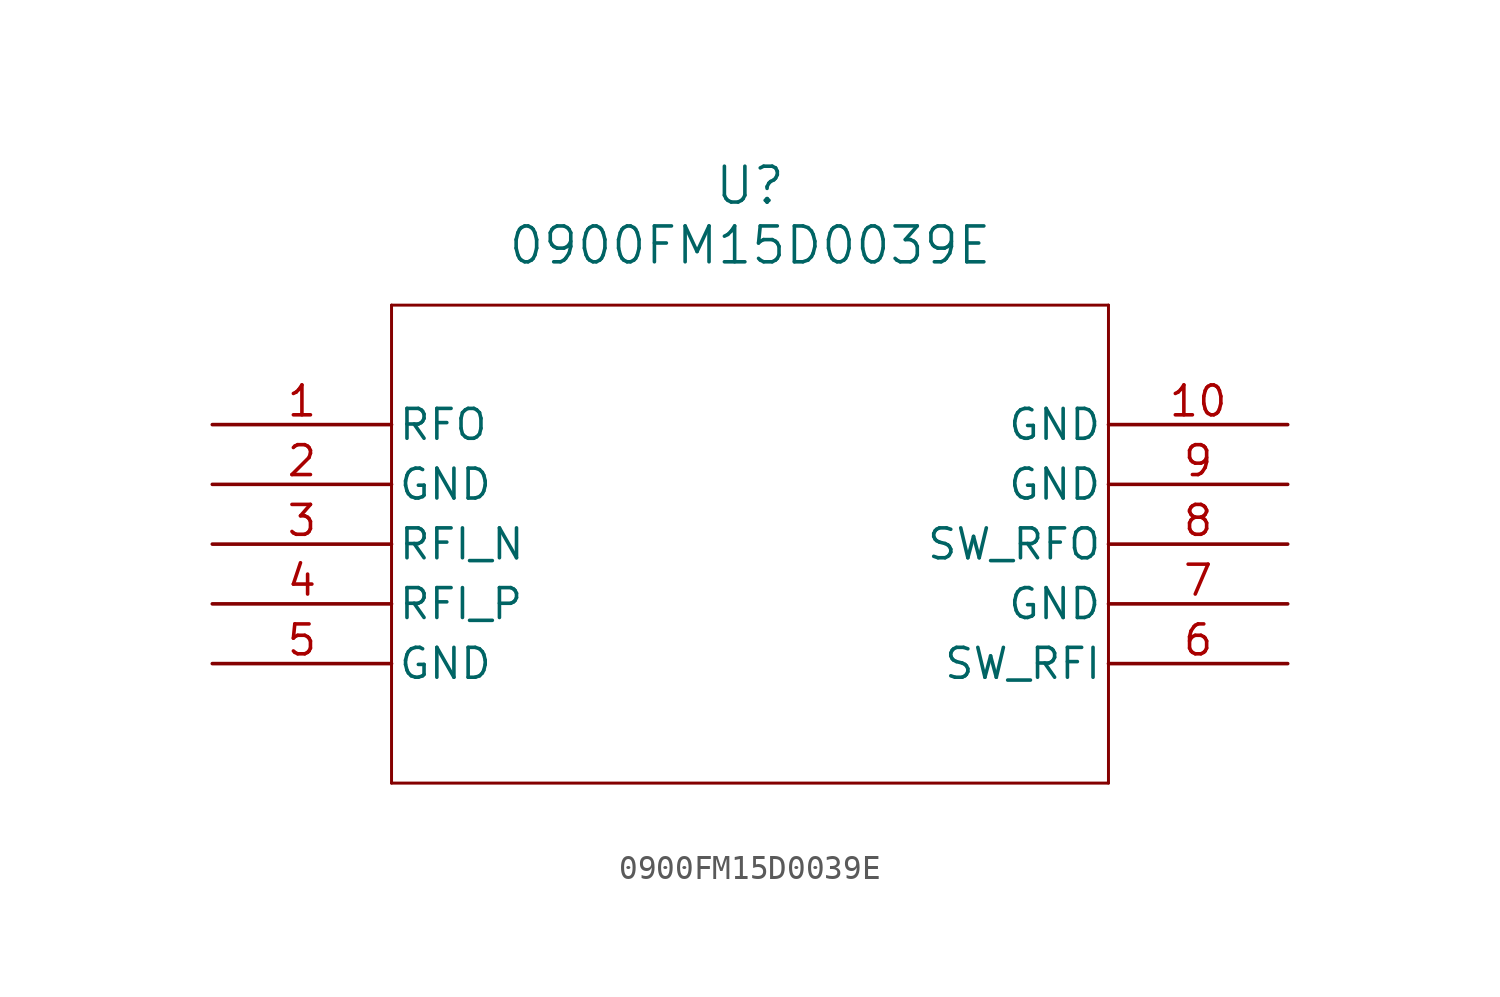
<source format=kicad_sym>
(kicad_symbol_lib
  (version 20211014)
  (generator kicad_symbol_editor)
  (symbol "0900FM15D0039E"
    (pin_names
      (offset 0.254))
    (property "Reference" "U"
      (at 22.86 10.16 0)
      (effects (font (size 1.524 1.524))))
    (property "Value" "0900FM15D0039E"
      (at 22.86 7.62 0)
      (effects (font (size 1.524 1.524))))
    (polyline
      (pts (xy 7.62 5.08) (xy 7.62 -15.24))
      (stroke (width 0.127) (type default) (color 0 0 0 0))
      (fill (type none)))
    (polyline
      (pts (xy 7.62 -15.24) (xy 38.1 -15.24))
      (stroke (width 0.127) (type default) (color 0 0 0 0))
      (fill (type none)))
    (polyline
      (pts (xy 38.1 -15.24) (xy 38.1 5.08))
      (stroke (width 0.127) (type default) (color 0 0 0 0))
      (fill (type none)))
    (polyline
      (pts (xy 38.1 5.08) (xy 7.62 5.08))
      (stroke (width 0.127) (type default) (color 0 0 0 0))
      (fill (type none)))
    (pin unspecified line
      (at 0 0 0)
      (length 7.62)
      (name "RFO" (effects (font (size 1.27 1.27))))
      (number "1" (effects (font (size 1.27 1.27)))))
    (pin unspecified line
      (at 0 -2.54 0)
      (length 7.62)
      (name "GND" (effects (font (size 1.27 1.27))))
      (number "2" (effects (font (size 1.27 1.27)))))
    (pin unspecified line
      (at 0 -5.08 0)
      (length 7.62)
      (name "RFI_N" (effects (font (size 1.27 1.27))))
      (number "3" (effects (font (size 1.27 1.27)))))
    (pin unspecified line
      (at 0 -7.62 0)
      (length 7.62)
      (name "RFI_P" (effects (font (size 1.27 1.27))))
      (number "4" (effects (font (size 1.27 1.27)))))
    (pin unspecified line
      (at 0 -10.16 0)
      (length 7.62)
      (name "GND" (effects (font (size 1.27 1.27))))
      (number "5" (effects (font (size 1.27 1.27)))))
    (pin unspecified line
      (at 45.72 -10.16 180)
      (length 7.62)
      (name "SW_RFI" (effects (font (size 1.27 1.27))))
      (number "6" (effects (font (size 1.27 1.27)))))
    (pin unspecified line
      (at 45.72 -7.62 180)
      (length 7.62)
      (name "GND" (effects (font (size 1.27 1.27))))
      (number "7" (effects (font (size 1.27 1.27)))))
    (pin unspecified line
      (at 45.72 -5.08 180)
      (length 7.62)
      (name "SW_RFO" (effects (font (size 1.27 1.27))))
      (number "8" (effects (font (size 1.27 1.27)))))
    (pin unspecified line
      (at 45.72 -2.54 180)
      (length 7.62)
      (name "GND" (effects (font (size 1.27 1.27))))
      (number "9" (effects (font (size 1.27 1.27)))))
    (pin unspecified line
      (at 45.72 0 180)
      (length 7.62)
      (name "GND" (effects (font (size 1.27 1.27))))
      (number "10" (effects (font (size 1.27 1.27)))))))
</source>
